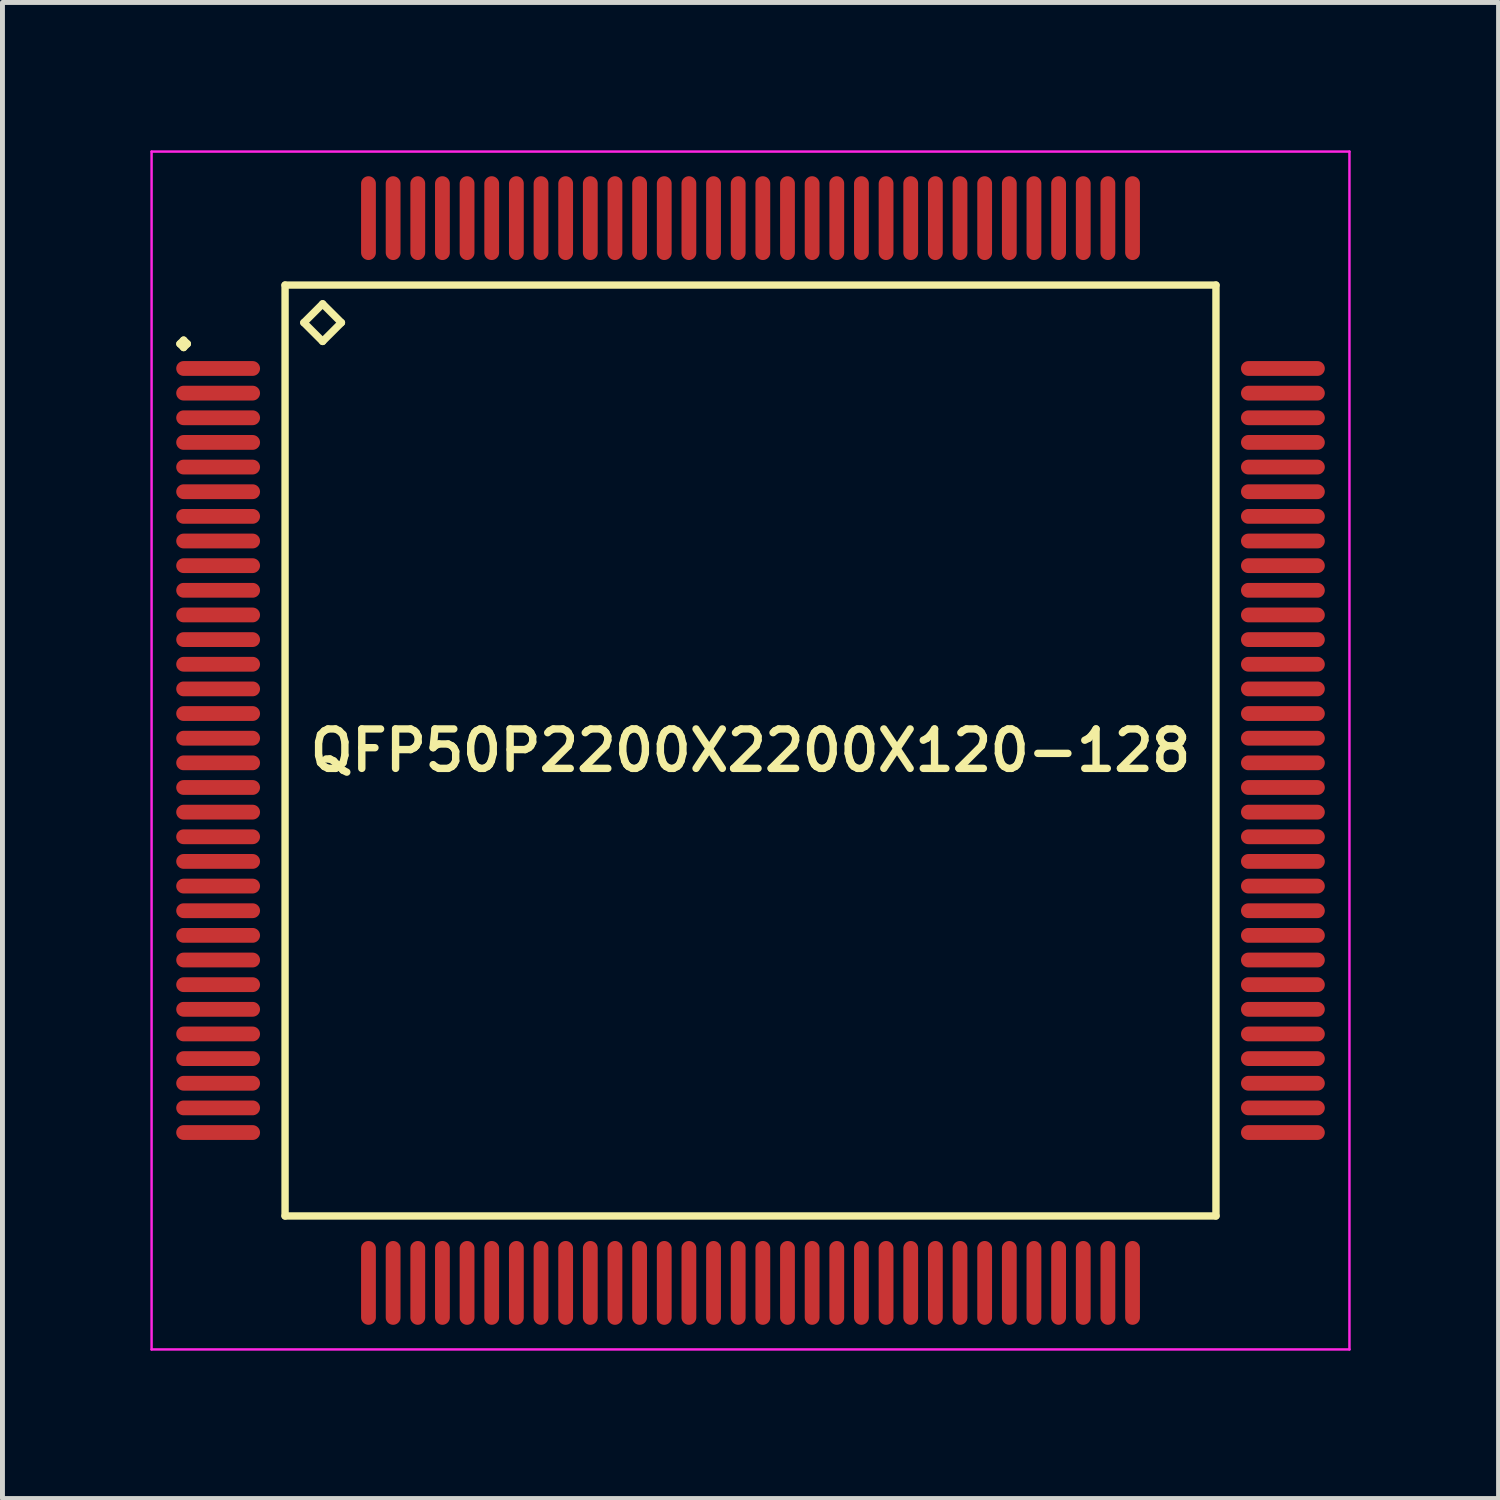
<source format=kicad_pcb>
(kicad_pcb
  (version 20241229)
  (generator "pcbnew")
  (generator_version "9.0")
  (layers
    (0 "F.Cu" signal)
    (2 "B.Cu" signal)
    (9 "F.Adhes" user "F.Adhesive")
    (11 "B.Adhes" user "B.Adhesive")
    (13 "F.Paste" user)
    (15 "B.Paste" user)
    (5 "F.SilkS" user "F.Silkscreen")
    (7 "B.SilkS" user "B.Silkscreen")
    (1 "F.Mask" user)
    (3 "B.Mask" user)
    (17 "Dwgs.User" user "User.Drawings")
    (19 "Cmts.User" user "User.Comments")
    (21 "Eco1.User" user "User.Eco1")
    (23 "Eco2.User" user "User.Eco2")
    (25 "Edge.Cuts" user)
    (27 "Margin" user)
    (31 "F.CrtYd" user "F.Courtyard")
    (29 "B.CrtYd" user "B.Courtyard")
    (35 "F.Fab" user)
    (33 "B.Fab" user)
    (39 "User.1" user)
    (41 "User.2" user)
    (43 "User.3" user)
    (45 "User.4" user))
  (footprint "QFP50P2200X2200X120-128"
    (layer "F.Cu")
    (at 12.175 12.175)
    (property "Reference" "QFP50P2200X2200X120-128" (at 0 0 0) (layer "F.SilkS") (effects (font (size 0.8 0.8) (thickness 0.15))))
    (attr smd)
    (fp_line (start -11.575 -8.25) (end -11.5 -8.325) (stroke (width 0.15) (type solid)) (layer "F.SilkS"))
    (fp_line (start -11.5 -8.325) (end -11.425 -8.25) (stroke (width 0.15) (type solid)) (layer "F.SilkS"))
    (fp_line (start -11.5 -8.175) (end -11.575 -8.25) (stroke (width 0.15) (type solid)) (layer "F.SilkS"))
    (fp_line (start -11.425 -8.25) (end -11.5 -8.175) (stroke (width 0.15) (type solid)) (layer "F.SilkS"))
    (fp_line (start -9.442 -9.442) (end -9.442 9.442) (stroke (width 0.15) (type solid)) (layer "F.SilkS"))
    (fp_line (start -9.442 9.442) (end 9.442 9.442) (stroke (width 0.15) (type solid)) (layer "F.SilkS"))
    (fp_line (start -9.061 -8.68) (end -8.68 -9.061) (stroke (width 0.15) (type solid)) (layer "F.SilkS"))
    (fp_line (start -8.68 -9.061) (end -8.299 -8.68) (stroke (width 0.15) (type solid)) (layer "F.SilkS"))
    (fp_line (start -8.68 -8.299) (end -9.061 -8.68) (stroke (width 0.15) (type solid)) (layer "F.SilkS"))
    (fp_line (start -8.299 -8.68) (end -8.68 -8.299) (stroke (width 0.15) (type solid)) (layer "F.SilkS"))
    (fp_line (start 9.442 -9.442) (end -9.442 -9.442) (stroke (width 0.15) (type solid)) (layer "F.SilkS"))
    (fp_line (start 9.442 9.442) (end 9.442 -9.442) (stroke (width 0.15) (type solid)) (layer "F.SilkS"))
    (fp_line (start -12.15 -12.15) (end 12.15 -12.15) (stroke (width 0.05) (type solid)) (layer "F.CrtYd"))
    (fp_line (start -12.15 12.15) (end -12.15 -12.15) (stroke (width 0.05) (type solid)) (layer "F.CrtYd"))
    (fp_line (start 12.15 -12.15) (end 12.15 12.15) (stroke (width 0.05) (type solid)) (layer "F.CrtYd"))
    (fp_line (start 12.15 12.15) (end -12.15 12.15) (stroke (width 0.05) (type solid)) (layer "F.CrtYd"))
    (pad "1" smd oval (at -10.8 -7.75) (size 1.7 0.3) (layers "F.Cu" "F.Mask" "F.Paste"))
    (pad "2" smd oval (at -10.8 -7.25) (size 1.7 0.3) (layers "F.Cu" "F.Mask" "F.Paste"))
    (pad "3" smd oval (at -10.8 -6.75) (size 1.7 0.3) (layers "F.Cu" "F.Mask" "F.Paste"))
    (pad "4" smd oval (at -10.8 -6.25) (size 1.7 0.3) (layers "F.Cu" "F.Mask" "F.Paste"))
    (pad "5" smd oval (at -10.8 -5.75) (size 1.7 0.3) (layers "F.Cu" "F.Mask" "F.Paste"))
    (pad "6" smd oval (at -10.8 -5.25) (size 1.7 0.3) (layers "F.Cu" "F.Mask" "F.Paste"))
    (pad "7" smd oval (at -10.8 -4.75) (size 1.7 0.3) (layers "F.Cu" "F.Mask" "F.Paste"))
    (pad "8" smd oval (at -10.8 -4.25) (size 1.7 0.3) (layers "F.Cu" "F.Mask" "F.Paste"))
    (pad "9" smd oval (at -10.8 -3.75) (size 1.7 0.3) (layers "F.Cu" "F.Mask" "F.Paste"))
    (pad "10" smd oval (at -10.8 -3.25) (size 1.7 0.3) (layers "F.Cu" "F.Mask" "F.Paste"))
    (pad "11" smd oval (at -10.8 -2.75) (size 1.7 0.3) (layers "F.Cu" "F.Mask" "F.Paste"))
    (pad "12" smd oval (at -10.8 -2.25) (size 1.7 0.3) (layers "F.Cu" "F.Mask" "F.Paste"))
    (pad "13" smd oval (at -10.8 -1.75) (size 1.7 0.3) (layers "F.Cu" "F.Mask" "F.Paste"))
    (pad "14" smd oval (at -10.8 -1.25) (size 1.7 0.3) (layers "F.Cu" "F.Mask" "F.Paste"))
    (pad "15" smd oval (at -10.8 -0.75) (size 1.7 0.3) (layers "F.Cu" "F.Mask" "F.Paste"))
    (pad "16" smd oval (at -10.8 -0.25) (size 1.7 0.3) (layers "F.Cu" "F.Mask" "F.Paste"))
    (pad "17" smd oval (at -10.8 0.25) (size 1.7 0.3) (layers "F.Cu" "F.Mask" "F.Paste"))
    (pad "18" smd oval (at -10.8 0.75) (size 1.7 0.3) (layers "F.Cu" "F.Mask" "F.Paste"))
    (pad "19" smd oval (at -10.8 1.25) (size 1.7 0.3) (layers "F.Cu" "F.Mask" "F.Paste"))
    (pad "20" smd oval (at -10.8 1.75) (size 1.7 0.3) (layers "F.Cu" "F.Mask" "F.Paste"))
    (pad "21" smd oval (at -10.8 2.25) (size 1.7 0.3) (layers "F.Cu" "F.Mask" "F.Paste"))
    (pad "22" smd oval (at -10.8 2.75) (size 1.7 0.3) (layers "F.Cu" "F.Mask" "F.Paste"))
    (pad "23" smd oval (at -10.8 3.25) (size 1.7 0.3) (layers "F.Cu" "F.Mask" "F.Paste"))
    (pad "24" smd oval (at -10.8 3.75) (size 1.7 0.3) (layers "F.Cu" "F.Mask" "F.Paste"))
    (pad "25" smd oval (at -10.8 4.25) (size 1.7 0.3) (layers "F.Cu" "F.Mask" "F.Paste"))
    (pad "26" smd oval (at -10.8 4.75) (size 1.7 0.3) (layers "F.Cu" "F.Mask" "F.Paste"))
    (pad "27" smd oval (at -10.8 5.25) (size 1.7 0.3) (layers "F.Cu" "F.Mask" "F.Paste"))
    (pad "28" smd oval (at -10.8 5.75) (size 1.7 0.3) (layers "F.Cu" "F.Mask" "F.Paste"))
    (pad "29" smd oval (at -10.8 6.25) (size 1.7 0.3) (layers "F.Cu" "F.Mask" "F.Paste"))
    (pad "30" smd oval (at -10.8 6.75) (size 1.7 0.3) (layers "F.Cu" "F.Mask" "F.Paste"))
    (pad "31" smd oval (at -10.8 7.25) (size 1.7 0.3) (layers "F.Cu" "F.Mask" "F.Paste"))
    (pad "32" smd oval (at -10.8 7.75) (size 1.7 0.3) (layers "F.Cu" "F.Mask" "F.Paste"))
    (pad "33" smd oval (at -7.75 10.8) (size 0.3 1.7) (layers "F.Cu" "F.Mask" "F.Paste"))
    (pad "34" smd oval (at -7.25 10.8) (size 0.3 1.7) (layers "F.Cu" "F.Mask" "F.Paste"))
    (pad "35" smd oval (at -6.75 10.8) (size 0.3 1.7) (layers "F.Cu" "F.Mask" "F.Paste"))
    (pad "36" smd oval (at -6.25 10.8) (size 0.3 1.7) (layers "F.Cu" "F.Mask" "F.Paste"))
    (pad "37" smd oval (at -5.75 10.8) (size 0.3 1.7) (layers "F.Cu" "F.Mask" "F.Paste"))
    (pad "38" smd oval (at -5.25 10.8) (size 0.3 1.7) (layers "F.Cu" "F.Mask" "F.Paste"))
    (pad "39" smd oval (at -4.75 10.8) (size 0.3 1.7) (layers "F.Cu" "F.Mask" "F.Paste"))
    (pad "40" smd oval (at -4.25 10.8) (size 0.3 1.7) (layers "F.Cu" "F.Mask" "F.Paste"))
    (pad "41" smd oval (at -3.75 10.8) (size 0.3 1.7) (layers "F.Cu" "F.Mask" "F.Paste"))
    (pad "42" smd oval (at -3.25 10.8) (size 0.3 1.7) (layers "F.Cu" "F.Mask" "F.Paste"))
    (pad "43" smd oval (at -2.75 10.8) (size 0.3 1.7) (layers "F.Cu" "F.Mask" "F.Paste"))
    (pad "44" smd oval (at -2.25 10.8) (size 0.3 1.7) (layers "F.Cu" "F.Mask" "F.Paste"))
    (pad "45" smd oval (at -1.75 10.8) (size 0.3 1.7) (layers "F.Cu" "F.Mask" "F.Paste"))
    (pad "46" smd oval (at -1.25 10.8) (size 0.3 1.7) (layers "F.Cu" "F.Mask" "F.Paste"))
    (pad "47" smd oval (at -0.75 10.8) (size 0.3 1.7) (layers "F.Cu" "F.Mask" "F.Paste"))
    (pad "48" smd oval (at -0.25 10.8) (size 0.3 1.7) (layers "F.Cu" "F.Mask" "F.Paste"))
    (pad "49" smd oval (at 0.25 10.8) (size 0.3 1.7) (layers "F.Cu" "F.Mask" "F.Paste"))
    (pad "50" smd oval (at 0.75 10.8) (size 0.3 1.7) (layers "F.Cu" "F.Mask" "F.Paste"))
    (pad "51" smd oval (at 1.25 10.8) (size 0.3 1.7) (layers "F.Cu" "F.Mask" "F.Paste"))
    (pad "52" smd oval (at 1.75 10.8) (size 0.3 1.7) (layers "F.Cu" "F.Mask" "F.Paste"))
    (pad "53" smd oval (at 2.25 10.8) (size 0.3 1.7) (layers "F.Cu" "F.Mask" "F.Paste"))
    (pad "54" smd oval (at 2.75 10.8) (size 0.3 1.7) (layers "F.Cu" "F.Mask" "F.Paste"))
    (pad "55" smd oval (at 3.25 10.8) (size 0.3 1.7) (layers "F.Cu" "F.Mask" "F.Paste"))
    (pad "56" smd oval (at 3.75 10.8) (size 0.3 1.7) (layers "F.Cu" "F.Mask" "F.Paste"))
    (pad "57" smd oval (at 4.25 10.8) (size 0.3 1.7) (layers "F.Cu" "F.Mask" "F.Paste"))
    (pad "58" smd oval (at 4.75 10.8) (size 0.3 1.7) (layers "F.Cu" "F.Mask" "F.Paste"))
    (pad "59" smd oval (at 5.25 10.8) (size 0.3 1.7) (layers "F.Cu" "F.Mask" "F.Paste"))
    (pad "60" smd oval (at 5.75 10.8) (size 0.3 1.7) (layers "F.Cu" "F.Mask" "F.Paste"))
    (pad "61" smd oval (at 6.25 10.8) (size 0.3 1.7) (layers "F.Cu" "F.Mask" "F.Paste"))
    (pad "62" smd oval (at 6.75 10.8) (size 0.3 1.7) (layers "F.Cu" "F.Mask" "F.Paste"))
    (pad "63" smd oval (at 7.25 10.8) (size 0.3 1.7) (layers "F.Cu" "F.Mask" "F.Paste"))
    (pad "64" smd oval (at 7.75 10.8) (size 0.3 1.7) (layers "F.Cu" "F.Mask" "F.Paste"))
    (pad "65" smd oval (at 10.8 7.75) (size 1.7 0.3) (layers "F.Cu" "F.Mask" "F.Paste"))
    (pad "66" smd oval (at 10.8 7.25) (size 1.7 0.3) (layers "F.Cu" "F.Mask" "F.Paste"))
    (pad "67" smd oval (at 10.8 6.75) (size 1.7 0.3) (layers "F.Cu" "F.Mask" "F.Paste"))
    (pad "68" smd oval (at 10.8 6.25) (size 1.7 0.3) (layers "F.Cu" "F.Mask" "F.Paste"))
    (pad "69" smd oval (at 10.8 5.75) (size 1.7 0.3) (layers "F.Cu" "F.Mask" "F.Paste"))
    (pad "70" smd oval (at 10.8 5.25) (size 1.7 0.3) (layers "F.Cu" "F.Mask" "F.Paste"))
    (pad "71" smd oval (at 10.8 4.75) (size 1.7 0.3) (layers "F.Cu" "F.Mask" "F.Paste"))
    (pad "72" smd oval (at 10.8 4.25) (size 1.7 0.3) (layers "F.Cu" "F.Mask" "F.Paste"))
    (pad "73" smd oval (at 10.8 3.75) (size 1.7 0.3) (layers "F.Cu" "F.Mask" "F.Paste"))
    (pad "74" smd oval (at 10.8 3.25) (size 1.7 0.3) (layers "F.Cu" "F.Mask" "F.Paste"))
    (pad "75" smd oval (at 10.8 2.75) (size 1.7 0.3) (layers "F.Cu" "F.Mask" "F.Paste"))
    (pad "76" smd oval (at 10.8 2.25) (size 1.7 0.3) (layers "F.Cu" "F.Mask" "F.Paste"))
    (pad "77" smd oval (at 10.8 1.75) (size 1.7 0.3) (layers "F.Cu" "F.Mask" "F.Paste"))
    (pad "78" smd oval (at 10.8 1.25) (size 1.7 0.3) (layers "F.Cu" "F.Mask" "F.Paste"))
    (pad "79" smd oval (at 10.8 0.75) (size 1.7 0.3) (layers "F.Cu" "F.Mask" "F.Paste"))
    (pad "80" smd oval (at 10.8 0.25) (size 1.7 0.3) (layers "F.Cu" "F.Mask" "F.Paste"))
    (pad "81" smd oval (at 10.8 -0.25) (size 1.7 0.3) (layers "F.Cu" "F.Mask" "F.Paste"))
    (pad "82" smd oval (at 10.8 -0.75) (size 1.7 0.3) (layers "F.Cu" "F.Mask" "F.Paste"))
    (pad "83" smd oval (at 10.8 -1.25) (size 1.7 0.3) (layers "F.Cu" "F.Mask" "F.Paste"))
    (pad "84" smd oval (at 10.8 -1.75) (size 1.7 0.3) (layers "F.Cu" "F.Mask" "F.Paste"))
    (pad "85" smd oval (at 10.8 -2.25) (size 1.7 0.3) (layers "F.Cu" "F.Mask" "F.Paste"))
    (pad "86" smd oval (at 10.8 -2.75) (size 1.7 0.3) (layers "F.Cu" "F.Mask" "F.Paste"))
    (pad "87" smd oval (at 10.8 -3.25) (size 1.7 0.3) (layers "F.Cu" "F.Mask" "F.Paste"))
    (pad "88" smd oval (at 10.8 -3.75) (size 1.7 0.3) (layers "F.Cu" "F.Mask" "F.Paste"))
    (pad "89" smd oval (at 10.8 -4.25) (size 1.7 0.3) (layers "F.Cu" "F.Mask" "F.Paste"))
    (pad "90" smd oval (at 10.8 -4.75) (size 1.7 0.3) (layers "F.Cu" "F.Mask" "F.Paste"))
    (pad "91" smd oval (at 10.8 -5.25) (size 1.7 0.3) (layers "F.Cu" "F.Mask" "F.Paste"))
    (pad "92" smd oval (at 10.8 -5.75) (size 1.7 0.3) (layers "F.Cu" "F.Mask" "F.Paste"))
    (pad "93" smd oval (at 10.8 -6.25) (size 1.7 0.3) (layers "F.Cu" "F.Mask" "F.Paste"))
    (pad "94" smd oval (at 10.8 -6.75) (size 1.7 0.3) (layers "F.Cu" "F.Mask" "F.Paste"))
    (pad "95" smd oval (at 10.8 -7.25) (size 1.7 0.3) (layers "F.Cu" "F.Mask" "F.Paste"))
    (pad "96" smd oval (at 10.8 -7.75) (size 1.7 0.3) (layers "F.Cu" "F.Mask" "F.Paste"))
    (pad "97" smd oval (at 7.75 -10.8) (size 0.3 1.7) (layers "F.Cu" "F.Mask" "F.Paste"))
    (pad "98" smd oval (at 7.25 -10.8) (size 0.3 1.7) (layers "F.Cu" "F.Mask" "F.Paste"))
    (pad "99" smd oval (at 6.75 -10.8) (size 0.3 1.7) (layers "F.Cu" "F.Mask" "F.Paste"))
    (pad "100" smd oval (at 6.25 -10.8) (size 0.3 1.7) (layers "F.Cu" "F.Mask" "F.Paste"))
    (pad "101" smd oval (at 5.75 -10.8) (size 0.3 1.7) (layers "F.Cu" "F.Mask" "F.Paste"))
    (pad "102" smd oval (at 5.25 -10.8) (size 0.3 1.7) (layers "F.Cu" "F.Mask" "F.Paste"))
    (pad "103" smd oval (at 4.75 -10.8) (size 0.3 1.7) (layers "F.Cu" "F.Mask" "F.Paste"))
    (pad "104" smd oval (at 4.25 -10.8) (size 0.3 1.7) (layers "F.Cu" "F.Mask" "F.Paste"))
    (pad "105" smd oval (at 3.75 -10.8) (size 0.3 1.7) (layers "F.Cu" "F.Mask" "F.Paste"))
    (pad "106" smd oval (at 3.25 -10.8) (size 0.3 1.7) (layers "F.Cu" "F.Mask" "F.Paste"))
    (pad "107" smd oval (at 2.75 -10.8) (size 0.3 1.7) (layers "F.Cu" "F.Mask" "F.Paste"))
    (pad "108" smd oval (at 2.25 -10.8) (size 0.3 1.7) (layers "F.Cu" "F.Mask" "F.Paste"))
    (pad "109" smd oval (at 1.75 -10.8) (size 0.3 1.7) (layers "F.Cu" "F.Mask" "F.Paste"))
    (pad "110" smd oval (at 1.25 -10.8) (size 0.3 1.7) (layers "F.Cu" "F.Mask" "F.Paste"))
    (pad "111" smd oval (at 0.75 -10.8) (size 0.3 1.7) (layers "F.Cu" "F.Mask" "F.Paste"))
    (pad "112" smd oval (at 0.25 -10.8) (size 0.3 1.7) (layers "F.Cu" "F.Mask" "F.Paste"))
    (pad "113" smd oval (at -0.25 -10.8) (size 0.3 1.7) (layers "F.Cu" "F.Mask" "F.Paste"))
    (pad "114" smd oval (at -0.75 -10.8) (size 0.3 1.7) (layers "F.Cu" "F.Mask" "F.Paste"))
    (pad "115" smd oval (at -1.25 -10.8) (size 0.3 1.7) (layers "F.Cu" "F.Mask" "F.Paste"))
    (pad "116" smd oval (at -1.75 -10.8) (size 0.3 1.7) (layers "F.Cu" "F.Mask" "F.Paste"))
    (pad "117" smd oval (at -2.25 -10.8) (size 0.3 1.7) (layers "F.Cu" "F.Mask" "F.Paste"))
    (pad "118" smd oval (at -2.75 -10.8) (size 0.3 1.7) (layers "F.Cu" "F.Mask" "F.Paste"))
    (pad "119" smd oval (at -3.25 -10.8) (size 0.3 1.7) (layers "F.Cu" "F.Mask" "F.Paste"))
    (pad "120" smd oval (at -3.75 -10.8) (size 0.3 1.7) (layers "F.Cu" "F.Mask" "F.Paste"))
    (pad "121" smd oval (at -4.25 -10.8) (size 0.3 1.7) (layers "F.Cu" "F.Mask" "F.Paste"))
    (pad "122" smd oval (at -4.75 -10.8) (size 0.3 1.7) (layers "F.Cu" "F.Mask" "F.Paste"))
    (pad "123" smd oval (at -5.25 -10.8) (size 0.3 1.7) (layers "F.Cu" "F.Mask" "F.Paste"))
    (pad "124" smd oval (at -5.75 -10.8) (size 0.3 1.7) (layers "F.Cu" "F.Mask" "F.Paste"))
    (pad "125" smd oval (at -6.25 -10.8) (size 0.3 1.7) (layers "F.Cu" "F.Mask" "F.Paste"))
    (pad "126" smd oval (at -6.75 -10.8) (size 0.3 1.7) (layers "F.Cu" "F.Mask" "F.Paste"))
    (pad "127" smd oval (at -7.25 -10.8) (size 0.3 1.7) (layers "F.Cu" "F.Mask" "F.Paste"))
    (pad "128" smd oval (at -7.75 -10.8) (size 0.3 1.7) (layers "F.Cu" "F.Mask" "F.Paste")))
  (gr_rect
    (start -3 -3)
    (end 27.35 27.35)
    (stroke (width 0.1) (type default))
    (fill no)
    (layer "Edge.Cuts")))
</source>
